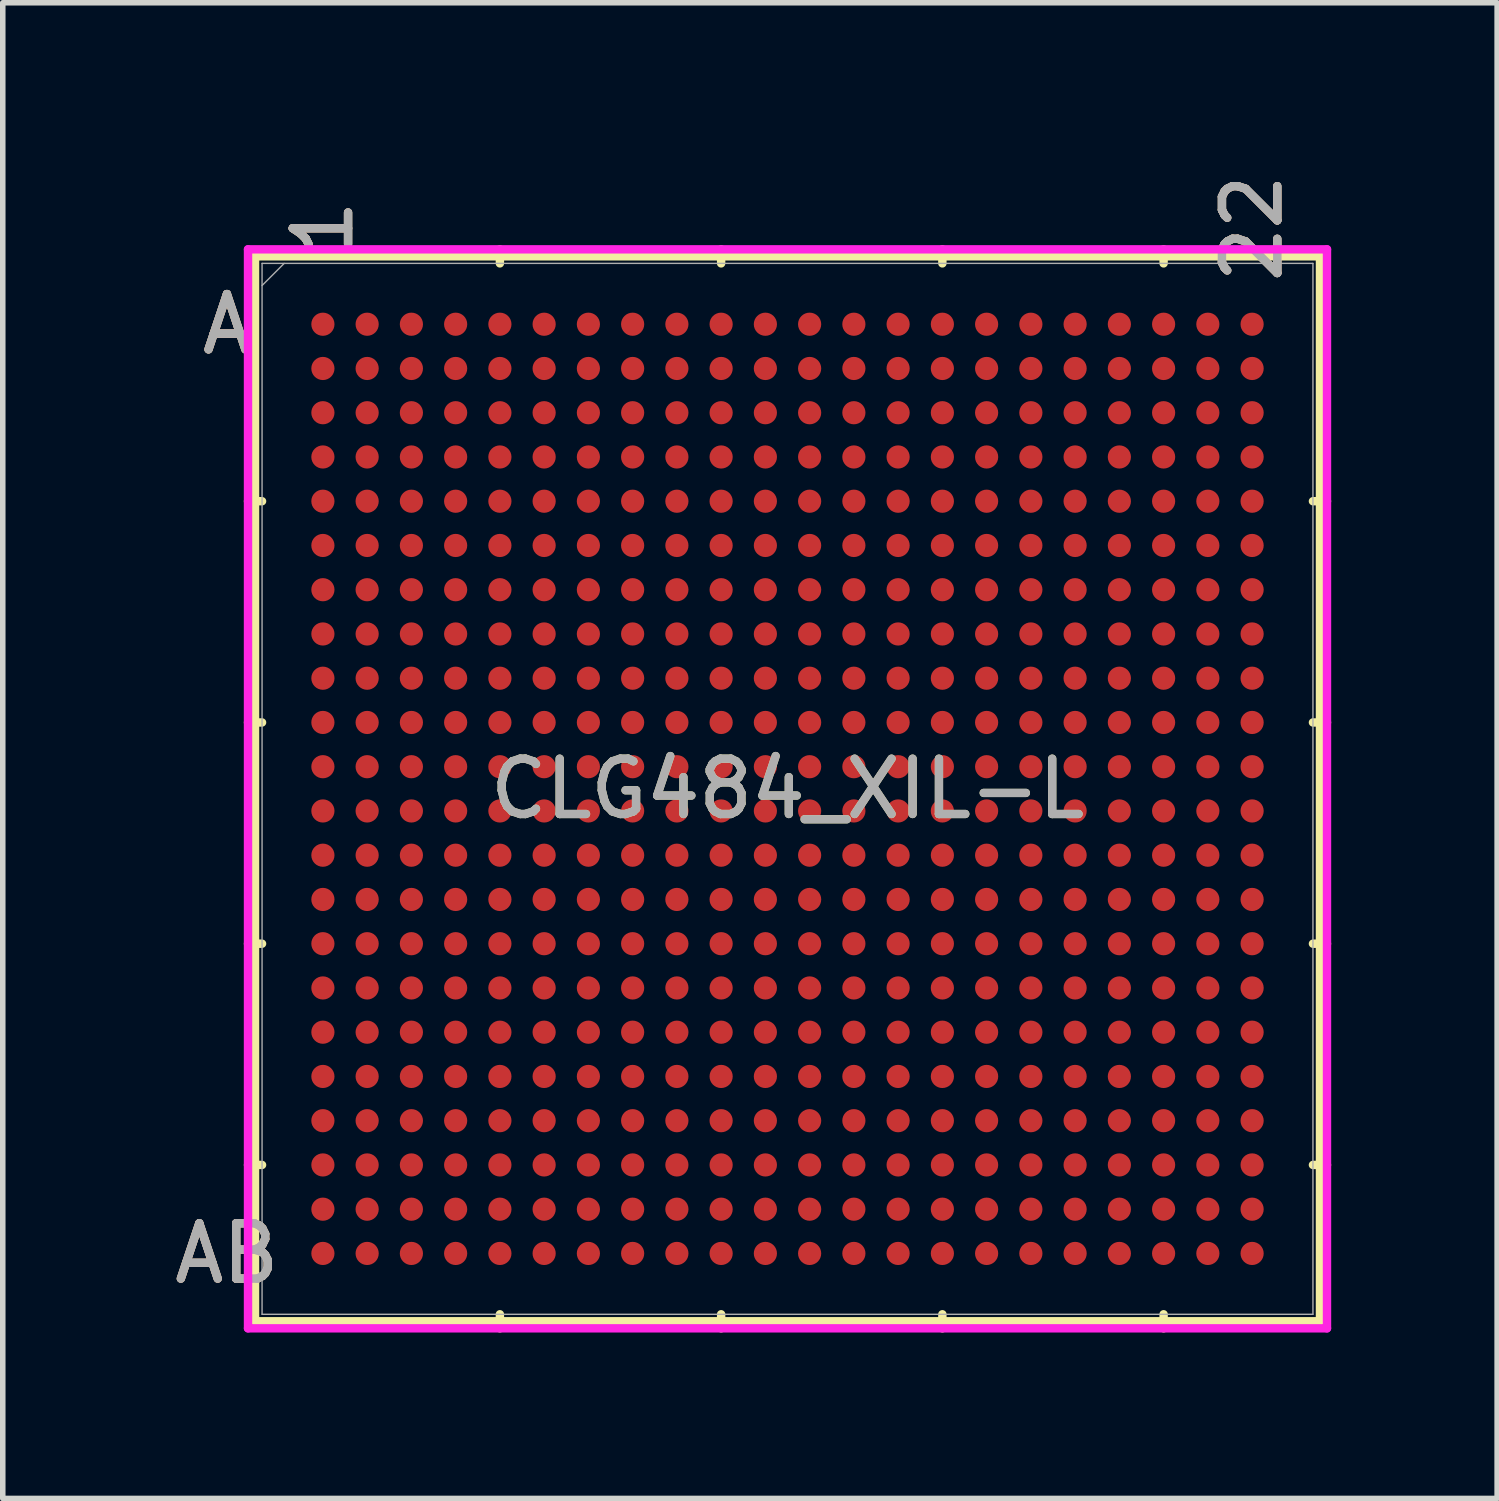
<source format=kicad_pcb>
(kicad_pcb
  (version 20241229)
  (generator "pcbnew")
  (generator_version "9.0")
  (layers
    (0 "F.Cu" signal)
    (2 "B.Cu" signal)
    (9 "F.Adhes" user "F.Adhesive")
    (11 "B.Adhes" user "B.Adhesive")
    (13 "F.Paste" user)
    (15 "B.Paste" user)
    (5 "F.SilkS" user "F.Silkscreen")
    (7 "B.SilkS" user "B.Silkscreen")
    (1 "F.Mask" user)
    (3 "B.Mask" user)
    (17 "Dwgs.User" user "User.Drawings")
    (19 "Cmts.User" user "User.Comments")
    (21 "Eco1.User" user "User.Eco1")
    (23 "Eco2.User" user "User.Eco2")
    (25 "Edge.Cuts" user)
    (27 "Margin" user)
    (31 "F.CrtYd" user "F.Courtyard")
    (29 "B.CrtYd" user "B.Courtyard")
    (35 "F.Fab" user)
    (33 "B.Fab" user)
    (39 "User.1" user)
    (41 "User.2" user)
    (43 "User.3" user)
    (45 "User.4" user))
  (footprint "CLG484_XIL-L"
    (layer "F.Cu")
    (at 11.188 11.212)
    (property "Reference" "CLG484_XIL-L" (at 0 0 0) (unlocked yes) (layer "F.SilkS") (effects (font (size 1 1) (thickness 0.15))))
    (attr smd)
    (fp_line (start -9.627 -9.627) (end -9.627 9.627) (stroke (width 0.152) (type solid)) (layer "F.SilkS"))
    (fp_line (start -9.627 9.627) (end 9.627 9.627) (stroke (width 0.152) (type solid)) (layer "F.SilkS"))
    (fp_line (start -9.5 -5.2) (end -9.754 -5.2) (stroke (width 0.152) (type solid)) (layer "F.SilkS"))
    (fp_line (start -9.5 -1.2) (end -9.754 -1.2) (stroke (width 0.152) (type solid)) (layer "F.SilkS"))
    (fp_line (start -9.5 2.8) (end -9.754 2.8) (stroke (width 0.152) (type solid)) (layer "F.SilkS"))
    (fp_line (start -9.5 6.8) (end -9.754 6.8) (stroke (width 0.152) (type solid)) (layer "F.SilkS"))
    (fp_line (start -5.2 -9.5) (end -5.2 -9.754) (stroke (width 0.152) (type solid)) (layer "F.SilkS"))
    (fp_line (start -5.2 9.5) (end -5.2 9.754) (stroke (width 0.152) (type solid)) (layer "F.SilkS"))
    (fp_line (start -1.2 -9.5) (end -1.2 -9.754) (stroke (width 0.152) (type solid)) (layer "F.SilkS"))
    (fp_line (start -1.2 9.5) (end -1.2 9.754) (stroke (width 0.152) (type solid)) (layer "F.SilkS"))
    (fp_line (start 2.8 -9.5) (end 2.8 -9.754) (stroke (width 0.152) (type solid)) (layer "F.SilkS"))
    (fp_line (start 2.8 9.5) (end 2.8 9.754) (stroke (width 0.152) (type solid)) (layer "F.SilkS"))
    (fp_line (start 6.8 -9.5) (end 6.8 -9.754) (stroke (width 0.152) (type solid)) (layer "F.SilkS"))
    (fp_line (start 6.8 9.5) (end 6.8 9.754) (stroke (width 0.152) (type solid)) (layer "F.SilkS"))
    (fp_line (start 9.5 -5.2) (end 9.754 -5.2) (stroke (width 0.152) (type solid)) (layer "F.SilkS"))
    (fp_line (start 9.5 -1.2) (end 9.754 -1.2) (stroke (width 0.152) (type solid)) (layer "F.SilkS"))
    (fp_line (start 9.5 2.8) (end 9.754 2.8) (stroke (width 0.152) (type solid)) (layer "F.SilkS"))
    (fp_line (start 9.5 6.8) (end 9.754 6.8) (stroke (width 0.152) (type solid)) (layer "F.SilkS"))
    (fp_line (start 9.627 -9.627) (end -9.627 -9.627) (stroke (width 0.152) (type solid)) (layer "F.SilkS"))
    (fp_line (start 9.627 9.627) (end 9.627 -9.627) (stroke (width 0.152) (type solid)) (layer "F.SilkS"))
    (fp_poly (pts (xy -9.244 -9.244) (xy 9.244 -9.244) (xy 9.244 9.244) (xy -9.244 9.244)) (stroke (width 0.1) (type solid)) (fill no) (layer "Eco2.User"))
    (fp_line (start -9.754 -9.754) (end 9.754 -9.754) (stroke (width 0.152) (type solid)) (layer "F.CrtYd"))
    (fp_line (start -9.754 9.754) (end -9.754 -9.754) (stroke (width 0.152) (type solid)) (layer "F.CrtYd"))
    (fp_line (start 9.754 -9.754) (end 9.754 9.754) (stroke (width 0.152) (type solid)) (layer "F.CrtYd"))
    (fp_line (start 9.754 9.754) (end -9.754 9.754) (stroke (width 0.152) (type solid)) (layer "F.CrtYd"))
    (fp_line (start -9.5 -9.5) (end -9.5 9.5) (stroke (width 0.025) (type solid)) (layer "F.Fab"))
    (fp_line (start -9.5 9.5) (end 9.5 9.5) (stroke (width 0.025) (type solid)) (layer "F.Fab"))
    (fp_line (start -9.1 -9.5) (end -9.5 -9.1) (stroke (width 0.025) (type solid)) (layer "F.Fab"))
    (fp_line (start 9.5 -9.5) (end -9.5 -9.5) (stroke (width 0.025) (type solid)) (layer "F.Fab"))
    (fp_line (start 9.5 9.5) (end 9.5 -9.5) (stroke (width 0.025) (type solid)) (layer "F.Fab"))
    (fp_text user "1" (at -8.4 -10.135 90) (unlocked yes) (layer "F.SilkS") (effects (font (size 1 1) (thickness 0.15))))
    (fp_text user "AB" (at -10.135 8.4 0) (unlocked yes) (layer "F.SilkS") (effects (font (size 1 1) (thickness 0.15))))
    (fp_text user "22" (at 8.4 -10.135 90) (unlocked yes) (layer "F.SilkS") (effects (font (size 1 1) (thickness 0.15))))
    (fp_text user "A" (at -10.135 -8.4 0) (unlocked yes) (layer "F.SilkS") (effects (font (size 1 1) (thickness 0.15))))
    (fp_text user "1" (at -8.4 -10.135 90) (unlocked yes) (layer "B.SilkS") (effects (font (size 1 1) (thickness 0.15))))
    (fp_text user "AB" (at -10.135 8.4 0) (unlocked yes) (layer "B.SilkS") (effects (font (size 1 1) (thickness 0.15))))
    (fp_text user "22" (at 8.4 -10.135 90) (unlocked yes) (layer "B.SilkS") (effects (font (size 1 1) (thickness 0.15))))
    (fp_text user "A" (at -10.135 -8.4 0) (unlocked yes) (layer "B.SilkS") (effects (font (size 1 1) (thickness 0.15))))
    (fp_text user "${REFERENCE}" (at 0 0 0) (unlocked yes) (layer "F.Fab") (effects (font (size 1 1) (thickness 0.15))))
    (fp_text user "AB" (at -10.135 8.4 0) (unlocked yes) (layer "F.Fab") (effects (font (size 1 1) (thickness 0.15))))
    (fp_text user "22" (at 8.4 -10.135 90) (unlocked yes) (layer "F.Fab") (effects (font (size 1 1) (thickness 0.15))))
    (fp_text user "1" (at -8.4 -10.135 90) (unlocked yes) (layer "F.Fab") (effects (font (size 1 1) (thickness 0.15))))
    (fp_text user "A" (at -10.135 -8.4 0) (unlocked yes) (layer "F.Fab") (effects (font (size 1 1) (thickness 0.15))))
    (pad "A1" smd circle (at -8.4 -8.4) (size 0.419 0.419) (layers "F.Cu" "F.Mask" "F.Paste"))
    (pad "A2" smd circle (at -7.6 -8.4) (size 0.419 0.419) (layers "F.Cu" "F.Mask" "F.Paste"))
    (pad "A3" smd circle (at -6.8 -8.4) (size 0.419 0.419) (layers "F.Cu" "F.Mask" "F.Paste"))
    (pad "A4" smd circle (at -6 -8.4) (size 0.419 0.419) (layers "F.Cu" "F.Mask" "F.Paste"))
    (pad "A5" smd circle (at -5.2 -8.4) (size 0.419 0.419) (layers "F.Cu" "F.Mask" "F.Paste"))
    (pad "A6" smd circle (at -4.4 -8.4) (size 0.419 0.419) (layers "F.Cu" "F.Mask" "F.Paste"))
    (pad "A7" smd circle (at -3.6 -8.4) (size 0.419 0.419) (layers "F.Cu" "F.Mask" "F.Paste"))
    (pad "A8" smd circle (at -2.8 -8.4) (size 0.419 0.419) (layers "F.Cu" "F.Mask" "F.Paste"))
    (pad "A9" smd circle (at -2 -8.4) (size 0.419 0.419) (layers "F.Cu" "F.Mask" "F.Paste"))
    (pad "A10" smd circle (at -1.2 -8.4) (size 0.419 0.419) (layers "F.Cu" "F.Mask" "F.Paste"))
    (pad "A11" smd circle (at -0.4 -8.4) (size 0.419 0.419) (layers "F.Cu" "F.Mask" "F.Paste"))
    (pad "A12" smd circle (at 0.4 -8.4) (size 0.419 0.419) (layers "F.Cu" "F.Mask" "F.Paste"))
    (pad "A13" smd circle (at 1.2 -8.4) (size 0.419 0.419) (layers "F.Cu" "F.Mask" "F.Paste"))
    (pad "A14" smd circle (at 2 -8.4) (size 0.419 0.419) (layers "F.Cu" "F.Mask" "F.Paste"))
    (pad "A15" smd circle (at 2.8 -8.4) (size 0.419 0.419) (layers "F.Cu" "F.Mask" "F.Paste"))
    (pad "A16" smd circle (at 3.6 -8.4) (size 0.419 0.419) (layers "F.Cu" "F.Mask" "F.Paste"))
    (pad "A17" smd circle (at 4.4 -8.4) (size 0.419 0.419) (layers "F.Cu" "F.Mask" "F.Paste"))
    (pad "A18" smd circle (at 5.2 -8.4) (size 0.419 0.419) (layers "F.Cu" "F.Mask" "F.Paste"))
    (pad "A19" smd circle (at 6 -8.4) (size 0.419 0.419) (layers "F.Cu" "F.Mask" "F.Paste"))
    (pad "A20" smd circle (at 6.8 -8.4) (size 0.419 0.419) (layers "F.Cu" "F.Mask" "F.Paste"))
    (pad "A21" smd circle (at 7.6 -8.4) (size 0.419 0.419) (layers "F.Cu" "F.Mask" "F.Paste"))
    (pad "A22" smd circle (at 8.4 -8.4) (size 0.419 0.419) (layers "F.Cu" "F.Mask" "F.Paste"))
    (pad "AA1" smd circle (at -8.4 7.6) (size 0.419 0.419) (layers "F.Cu" "F.Mask" "F.Paste"))
    (pad "AA2" smd circle (at -7.6 7.6) (size 0.419 0.419) (layers "F.Cu" "F.Mask" "F.Paste"))
    (pad "AA3" smd circle (at -6.8 7.6) (size 0.419 0.419) (layers "F.Cu" "F.Mask" "F.Paste"))
    (pad "AA4" smd circle (at -6 7.6) (size 0.419 0.419) (layers "F.Cu" "F.Mask" "F.Paste"))
    (pad "AA5" smd circle (at -5.2 7.6) (size 0.419 0.419) (layers "F.Cu" "F.Mask" "F.Paste"))
    (pad "AA6" smd circle (at -4.4 7.6) (size 0.419 0.419) (layers "F.Cu" "F.Mask" "F.Paste"))
    (pad "AA7" smd circle (at -3.6 7.6) (size 0.419 0.419) (layers "F.Cu" "F.Mask" "F.Paste"))
    (pad "AA8" smd circle (at -2.8 7.6) (size 0.419 0.419) (layers "F.Cu" "F.Mask" "F.Paste"))
    (pad "AA9" smd circle (at -2 7.6) (size 0.419 0.419) (layers "F.Cu" "F.Mask" "F.Paste"))
    (pad "AA10" smd circle (at -1.2 7.6) (size 0.419 0.419) (layers "F.Cu" "F.Mask" "F.Paste"))
    (pad "AA11" smd circle (at -0.4 7.6) (size 0.419 0.419) (layers "F.Cu" "F.Mask" "F.Paste"))
    (pad "AA12" smd circle (at 0.4 7.6) (size 0.419 0.419) (layers "F.Cu" "F.Mask" "F.Paste"))
    (pad "AA13" smd circle (at 1.2 7.6) (size 0.419 0.419) (layers "F.Cu" "F.Mask" "F.Paste"))
    (pad "AA14" smd circle (at 2 7.6) (size 0.419 0.419) (layers "F.Cu" "F.Mask" "F.Paste"))
    (pad "AA15" smd circle (at 2.8 7.6) (size 0.419 0.419) (layers "F.Cu" "F.Mask" "F.Paste"))
    (pad "AA16" smd circle (at 3.6 7.6) (size 0.419 0.419) (layers "F.Cu" "F.Mask" "F.Paste"))
    (pad "AA17" smd circle (at 4.4 7.6) (size 0.419 0.419) (layers "F.Cu" "F.Mask" "F.Paste"))
    (pad "AA18" smd circle (at 5.2 7.6) (size 0.419 0.419) (layers "F.Cu" "F.Mask" "F.Paste"))
    (pad "AA19" smd circle (at 6 7.6) (size 0.419 0.419) (layers "F.Cu" "F.Mask" "F.Paste"))
    (pad "AA20" smd circle (at 6.8 7.6) (size 0.419 0.419) (layers "F.Cu" "F.Mask" "F.Paste"))
    (pad "AA21" smd circle (at 7.6 7.6) (size 0.419 0.419) (layers "F.Cu" "F.Mask" "F.Paste"))
    (pad "AA22" smd circle (at 8.4 7.6) (size 0.419 0.419) (layers "F.Cu" "F.Mask" "F.Paste"))
    (pad "AB1" smd circle (at -8.4 8.4) (size 0.419 0.419) (layers "F.Cu" "F.Mask" "F.Paste"))
    (pad "AB2" smd circle (at -7.6 8.4) (size 0.419 0.419) (layers "F.Cu" "F.Mask" "F.Paste"))
    (pad "AB3" smd circle (at -6.8 8.4) (size 0.419 0.419) (layers "F.Cu" "F.Mask" "F.Paste"))
    (pad "AB4" smd circle (at -6 8.4) (size 0.419 0.419) (layers "F.Cu" "F.Mask" "F.Paste"))
    (pad "AB5" smd circle (at -5.2 8.4) (size 0.419 0.419) (layers "F.Cu" "F.Mask" "F.Paste"))
    (pad "AB6" smd circle (at -4.4 8.4) (size 0.419 0.419) (layers "F.Cu" "F.Mask" "F.Paste"))
    (pad "AB7" smd circle (at -3.6 8.4) (size 0.419 0.419) (layers "F.Cu" "F.Mask" "F.Paste"))
    (pad "AB8" smd circle (at -2.8 8.4) (size 0.419 0.419) (layers "F.Cu" "F.Mask" "F.Paste"))
    (pad "AB9" smd circle (at -2 8.4) (size 0.419 0.419) (layers "F.Cu" "F.Mask" "F.Paste"))
    (pad "AB10" smd circle (at -1.2 8.4) (size 0.419 0.419) (layers "F.Cu" "F.Mask" "F.Paste"))
    (pad "AB11" smd circle (at -0.4 8.4) (size 0.419 0.419) (layers "F.Cu" "F.Mask" "F.Paste"))
    (pad "AB12" smd circle (at 0.4 8.4) (size 0.419 0.419) (layers "F.Cu" "F.Mask" "F.Paste"))
    (pad "AB13" smd circle (at 1.2 8.4) (size 0.419 0.419) (layers "F.Cu" "F.Mask" "F.Paste"))
    (pad "AB14" smd circle (at 2 8.4) (size 0.419 0.419) (layers "F.Cu" "F.Mask" "F.Paste"))
    (pad "AB15" smd circle (at 2.8 8.4) (size 0.419 0.419) (layers "F.Cu" "F.Mask" "F.Paste"))
    (pad "AB16" smd circle (at 3.6 8.4) (size 0.419 0.419) (layers "F.Cu" "F.Mask" "F.Paste"))
    (pad "AB17" smd circle (at 4.4 8.4) (size 0.419 0.419) (layers "F.Cu" "F.Mask" "F.Paste"))
    (pad "AB18" smd circle (at 5.2 8.4) (size 0.419 0.419) (layers "F.Cu" "F.Mask" "F.Paste"))
    (pad "AB19" smd circle (at 6 8.4) (size 0.419 0.419) (layers "F.Cu" "F.Mask" "F.Paste"))
    (pad "AB20" smd circle (at 6.8 8.4) (size 0.419 0.419) (layers "F.Cu" "F.Mask" "F.Paste"))
    (pad "AB21" smd circle (at 7.6 8.4) (size 0.419 0.419) (layers "F.Cu" "F.Mask" "F.Paste"))
    (pad "AB22" smd circle (at 8.4 8.4) (size 0.419 0.419) (layers "F.Cu" "F.Mask" "F.Paste"))
    (pad "B1" smd circle (at -8.4 -7.6) (size 0.419 0.419) (layers "F.Cu" "F.Mask" "F.Paste"))
    (pad "B2" smd circle (at -7.6 -7.6) (size 0.419 0.419) (layers "F.Cu" "F.Mask" "F.Paste"))
    (pad "B3" smd circle (at -6.8 -7.6) (size 0.419 0.419) (layers "F.Cu" "F.Mask" "F.Paste"))
    (pad "B4" smd circle (at -6 -7.6) (size 0.419 0.419) (layers "F.Cu" "F.Mask" "F.Paste"))
    (pad "B5" smd circle (at -5.2 -7.6) (size 0.419 0.419) (layers "F.Cu" "F.Mask" "F.Paste"))
    (pad "B6" smd circle (at -4.4 -7.6) (size 0.419 0.419) (layers "F.Cu" "F.Mask" "F.Paste"))
    (pad "B7" smd circle (at -3.6 -7.6) (size 0.419 0.419) (layers "F.Cu" "F.Mask" "F.Paste"))
    (pad "B8" smd circle (at -2.8 -7.6) (size 0.419 0.419) (layers "F.Cu" "F.Mask" "F.Paste"))
    (pad "B9" smd circle (at -2 -7.6) (size 0.419 0.419) (layers "F.Cu" "F.Mask" "F.Paste"))
    (pad "B10" smd circle (at -1.2 -7.6) (size 0.419 0.419) (layers "F.Cu" "F.Mask" "F.Paste"))
    (pad "B11" smd circle (at -0.4 -7.6) (size 0.419 0.419) (layers "F.Cu" "F.Mask" "F.Paste"))
    (pad "B12" smd circle (at 0.4 -7.6) (size 0.419 0.419) (layers "F.Cu" "F.Mask" "F.Paste"))
    (pad "B13" smd circle (at 1.2 -7.6) (size 0.419 0.419) (layers "F.Cu" "F.Mask" "F.Paste"))
    (pad "B14" smd circle (at 2 -7.6) (size 0.419 0.419) (layers "F.Cu" "F.Mask" "F.Paste"))
    (pad "B15" smd circle (at 2.8 -7.6) (size 0.419 0.419) (layers "F.Cu" "F.Mask" "F.Paste"))
    (pad "B16" smd circle (at 3.6 -7.6) (size 0.419 0.419) (layers "F.Cu" "F.Mask" "F.Paste"))
    (pad "B17" smd circle (at 4.4 -7.6) (size 0.419 0.419) (layers "F.Cu" "F.Mask" "F.Paste"))
    (pad "B18" smd circle (at 5.2 -7.6) (size 0.419 0.419) (layers "F.Cu" "F.Mask" "F.Paste"))
    (pad "B19" smd circle (at 6 -7.6) (size 0.419 0.419) (layers "F.Cu" "F.Mask" "F.Paste"))
    (pad "B20" smd circle (at 6.8 -7.6) (size 0.419 0.419) (layers "F.Cu" "F.Mask" "F.Paste"))
    (pad "B21" smd circle (at 7.6 -7.6) (size 0.419 0.419) (layers "F.Cu" "F.Mask" "F.Paste"))
    (pad "B22" smd circle (at 8.4 -7.6) (size 0.419 0.419) (layers "F.Cu" "F.Mask" "F.Paste"))
    (pad "C1" smd circle (at -8.4 -6.8) (size 0.419 0.419) (layers "F.Cu" "F.Mask" "F.Paste"))
    (pad "C2" smd circle (at -7.6 -6.8) (size 0.419 0.419) (layers "F.Cu" "F.Mask" "F.Paste"))
    (pad "C3" smd circle (at -6.8 -6.8) (size 0.419 0.419) (layers "F.Cu" "F.Mask" "F.Paste"))
    (pad "C4" smd circle (at -6 -6.8) (size 0.419 0.419) (layers "F.Cu" "F.Mask" "F.Paste"))
    (pad "C5" smd circle (at -5.2 -6.8) (size 0.419 0.419) (layers "F.Cu" "F.Mask" "F.Paste"))
    (pad "C6" smd circle (at -4.4 -6.8) (size 0.419 0.419) (layers "F.Cu" "F.Mask" "F.Paste"))
    (pad "C7" smd circle (at -3.6 -6.8) (size 0.419 0.419) (layers "F.Cu" "F.Mask" "F.Paste"))
    (pad "C8" smd circle (at -2.8 -6.8) (size 0.419 0.419) (layers "F.Cu" "F.Mask" "F.Paste"))
    (pad "C9" smd circle (at -2 -6.8) (size 0.419 0.419) (layers "F.Cu" "F.Mask" "F.Paste"))
    (pad "C10" smd circle (at -1.2 -6.8) (size 0.419 0.419) (layers "F.Cu" "F.Mask" "F.Paste"))
    (pad "C11" smd circle (at -0.4 -6.8) (size 0.419 0.419) (layers "F.Cu" "F.Mask" "F.Paste"))
    (pad "C12" smd circle (at 0.4 -6.8) (size 0.419 0.419) (layers "F.Cu" "F.Mask" "F.Paste"))
    (pad "C13" smd circle (at 1.2 -6.8) (size 0.419 0.419) (layers "F.Cu" "F.Mask" "F.Paste"))
    (pad "C14" smd circle (at 2 -6.8) (size 0.419 0.419) (layers "F.Cu" "F.Mask" "F.Paste"))
    (pad "C15" smd circle (at 2.8 -6.8) (size 0.419 0.419) (layers "F.Cu" "F.Mask" "F.Paste"))
    (pad "C16" smd circle (at 3.6 -6.8) (size 0.419 0.419) (layers "F.Cu" "F.Mask" "F.Paste"))
    (pad "C17" smd circle (at 4.4 -6.8) (size 0.419 0.419) (layers "F.Cu" "F.Mask" "F.Paste"))
    (pad "C18" smd circle (at 5.2 -6.8) (size 0.419 0.419) (layers "F.Cu" "F.Mask" "F.Paste"))
    (pad "C19" smd circle (at 6 -6.8) (size 0.419 0.419) (layers "F.Cu" "F.Mask" "F.Paste"))
    (pad "C20" smd circle (at 6.8 -6.8) (size 0.419 0.419) (layers "F.Cu" "F.Mask" "F.Paste"))
    (pad "C21" smd circle (at 7.6 -6.8) (size 0.419 0.419) (layers "F.Cu" "F.Mask" "F.Paste"))
    (pad "C22" smd circle (at 8.4 -6.8) (size 0.419 0.419) (layers "F.Cu" "F.Mask" "F.Paste"))
    (pad "D1" smd circle (at -8.4 -6) (size 0.419 0.419) (layers "F.Cu" "F.Mask" "F.Paste"))
    (pad "D2" smd circle (at -7.6 -6) (size 0.419 0.419) (layers "F.Cu" "F.Mask" "F.Paste"))
    (pad "D3" smd circle (at -6.8 -6) (size 0.419 0.419) (layers "F.Cu" "F.Mask" "F.Paste"))
    (pad "D4" smd circle (at -6 -6) (size 0.419 0.419) (layers "F.Cu" "F.Mask" "F.Paste"))
    (pad "D5" smd circle (at -5.2 -6) (size 0.419 0.419) (layers "F.Cu" "F.Mask" "F.Paste"))
    (pad "D6" smd circle (at -4.4 -6) (size 0.419 0.419) (layers "F.Cu" "F.Mask" "F.Paste"))
    (pad "D7" smd circle (at -3.6 -6) (size 0.419 0.419) (layers "F.Cu" "F.Mask" "F.Paste"))
    (pad "D8" smd circle (at -2.8 -6) (size 0.419 0.419) (layers "F.Cu" "F.Mask" "F.Paste"))
    (pad "D9" smd circle (at -2 -6) (size 0.419 0.419) (layers "F.Cu" "F.Mask" "F.Paste"))
    (pad "D10" smd circle (at -1.2 -6) (size 0.419 0.419) (layers "F.Cu" "F.Mask" "F.Paste"))
    (pad "D11" smd circle (at -0.4 -6) (size 0.419 0.419) (layers "F.Cu" "F.Mask" "F.Paste"))
    (pad "D12" smd circle (at 0.4 -6) (size 0.419 0.419) (layers "F.Cu" "F.Mask" "F.Paste"))
    (pad "D13" smd circle (at 1.2 -6) (size 0.419 0.419) (layers "F.Cu" "F.Mask" "F.Paste"))
    (pad "D14" smd circle (at 2 -6) (size 0.419 0.419) (layers "F.Cu" "F.Mask" "F.Paste"))
    (pad "D15" smd circle (at 2.8 -6) (size 0.419 0.419) (layers "F.Cu" "F.Mask" "F.Paste"))
    (pad "D16" smd circle (at 3.6 -6) (size 0.419 0.419) (layers "F.Cu" "F.Mask" "F.Paste"))
    (pad "D17" smd circle (at 4.4 -6) (size 0.419 0.419) (layers "F.Cu" "F.Mask" "F.Paste"))
    (pad "D18" smd circle (at 5.2 -6) (size 0.419 0.419) (layers "F.Cu" "F.Mask" "F.Paste"))
    (pad "D19" smd circle (at 6 -6) (size 0.419 0.419) (layers "F.Cu" "F.Mask" "F.Paste"))
    (pad "D20" smd circle (at 6.8 -6) (size 0.419 0.419) (layers "F.Cu" "F.Mask" "F.Paste"))
    (pad "D21" smd circle (at 7.6 -6) (size 0.419 0.419) (layers "F.Cu" "F.Mask" "F.Paste"))
    (pad "D22" smd circle (at 8.4 -6) (size 0.419 0.419) (layers "F.Cu" "F.Mask" "F.Paste"))
    (pad "E1" smd circle (at -8.4 -5.2) (size 0.419 0.419) (layers "F.Cu" "F.Mask" "F.Paste"))
    (pad "E2" smd circle (at -7.6 -5.2) (size 0.419 0.419) (layers "F.Cu" "F.Mask" "F.Paste"))
    (pad "E3" smd circle (at -6.8 -5.2) (size 0.419 0.419) (layers "F.Cu" "F.Mask" "F.Paste"))
    (pad "E4" smd circle (at -6 -5.2) (size 0.419 0.419) (layers "F.Cu" "F.Mask" "F.Paste"))
    (pad "E5" smd circle (at -5.2 -5.2) (size 0.419 0.419) (layers "F.Cu" "F.Mask" "F.Paste"))
    (pad "E6" smd circle (at -4.4 -5.2) (size 0.419 0.419) (layers "F.Cu" "F.Mask" "F.Paste"))
    (pad "E7" smd circle (at -3.6 -5.2) (size 0.419 0.419) (layers "F.Cu" "F.Mask" "F.Paste"))
    (pad "E8" smd circle (at -2.8 -5.2) (size 0.419 0.419) (layers "F.Cu" "F.Mask" "F.Paste"))
    (pad "E9" smd circle (at -2 -5.2) (size 0.419 0.419) (layers "F.Cu" "F.Mask" "F.Paste"))
    (pad "E10" smd circle (at -1.2 -5.2) (size 0.419 0.419) (layers "F.Cu" "F.Mask" "F.Paste"))
    (pad "E11" smd circle (at -0.4 -5.2) (size 0.419 0.419) (layers "F.Cu" "F.Mask" "F.Paste"))
    (pad "E12" smd circle (at 0.4 -5.2) (size 0.419 0.419) (layers "F.Cu" "F.Mask" "F.Paste"))
    (pad "E13" smd circle (at 1.2 -5.2) (size 0.419 0.419) (layers "F.Cu" "F.Mask" "F.Paste"))
    (pad "E14" smd circle (at 2 -5.2) (size 0.419 0.419) (layers "F.Cu" "F.Mask" "F.Paste"))
    (pad "E15" smd circle (at 2.8 -5.2) (size 0.419 0.419) (layers "F.Cu" "F.Mask" "F.Paste"))
    (pad "E16" smd circle (at 3.6 -5.2) (size 0.419 0.419) (layers "F.Cu" "F.Mask" "F.Paste"))
    (pad "E17" smd circle (at 4.4 -5.2) (size 0.419 0.419) (layers "F.Cu" "F.Mask" "F.Paste"))
    (pad "E18" smd circle (at 5.2 -5.2) (size 0.419 0.419) (layers "F.Cu" "F.Mask" "F.Paste"))
    (pad "E19" smd circle (at 6 -5.2) (size 0.419 0.419) (layers "F.Cu" "F.Mask" "F.Paste"))
    (pad "E20" smd circle (at 6.8 -5.2) (size 0.419 0.419) (layers "F.Cu" "F.Mask" "F.Paste"))
    (pad "E21" smd circle (at 7.6 -5.2) (size 0.419 0.419) (layers "F.Cu" "F.Mask" "F.Paste"))
    (pad "E22" smd circle (at 8.4 -5.2) (size 0.419 0.419) (layers "F.Cu" "F.Mask" "F.Paste"))
    (pad "F1" smd circle (at -8.4 -4.4) (size 0.419 0.419) (layers "F.Cu" "F.Mask" "F.Paste"))
    (pad "F2" smd circle (at -7.6 -4.4) (size 0.419 0.419) (layers "F.Cu" "F.Mask" "F.Paste"))
    (pad "F3" smd circle (at -6.8 -4.4) (size 0.419 0.419) (layers "F.Cu" "F.Mask" "F.Paste"))
    (pad "F4" smd circle (at -6 -4.4) (size 0.419 0.419) (layers "F.Cu" "F.Mask" "F.Paste"))
    (pad "F5" smd circle (at -5.2 -4.4) (size 0.419 0.419) (layers "F.Cu" "F.Mask" "F.Paste"))
    (pad "F6" smd circle (at -4.4 -4.4) (size 0.419 0.419) (layers "F.Cu" "F.Mask" "F.Paste"))
    (pad "F7" smd circle (at -3.6 -4.4) (size 0.419 0.419) (layers "F.Cu" "F.Mask" "F.Paste"))
    (pad "F8" smd circle (at -2.8 -4.4) (size 0.419 0.419) (layers "F.Cu" "F.Mask" "F.Paste"))
    (pad "F9" smd circle (at -2 -4.4) (size 0.419 0.419) (layers "F.Cu" "F.Mask" "F.Paste"))
    (pad "F10" smd circle (at -1.2 -4.4) (size 0.419 0.419) (layers "F.Cu" "F.Mask" "F.Paste"))
    (pad "F11" smd circle (at -0.4 -4.4) (size 0.419 0.419) (layers "F.Cu" "F.Mask" "F.Paste"))
    (pad "F12" smd circle (at 0.4 -4.4) (size 0.419 0.419) (layers "F.Cu" "F.Mask" "F.Paste"))
    (pad "F13" smd circle (at 1.2 -4.4) (size 0.419 0.419) (layers "F.Cu" "F.Mask" "F.Paste"))
    (pad "F14" smd circle (at 2 -4.4) (size 0.419 0.419) (layers "F.Cu" "F.Mask" "F.Paste"))
    (pad "F15" smd circle (at 2.8 -4.4) (size 0.419 0.419) (layers "F.Cu" "F.Mask" "F.Paste"))
    (pad "F16" smd circle (at 3.6 -4.4) (size 0.419 0.419) (layers "F.Cu" "F.Mask" "F.Paste"))
    (pad "F17" smd circle (at 4.4 -4.4) (size 0.419 0.419) (layers "F.Cu" "F.Mask" "F.Paste"))
    (pad "F18" smd circle (at 5.2 -4.4) (size 0.419 0.419) (layers "F.Cu" "F.Mask" "F.Paste"))
    (pad "F19" smd circle (at 6 -4.4) (size 0.419 0.419) (layers "F.Cu" "F.Mask" "F.Paste"))
    (pad "F20" smd circle (at 6.8 -4.4) (size 0.419 0.419) (layers "F.Cu" "F.Mask" "F.Paste"))
    (pad "F21" smd circle (at 7.6 -4.4) (size 0.419 0.419) (layers "F.Cu" "F.Mask" "F.Paste"))
    (pad "F22" smd circle (at 8.4 -4.4) (size 0.419 0.419) (layers "F.Cu" "F.Mask" "F.Paste"))
    (pad "G1" smd circle (at -8.4 -3.6) (size 0.419 0.419) (layers "F.Cu" "F.Mask" "F.Paste"))
    (pad "G2" smd circle (at -7.6 -3.6) (size 0.419 0.419) (layers "F.Cu" "F.Mask" "F.Paste"))
    (pad "G3" smd circle (at -6.8 -3.6) (size 0.419 0.419) (layers "F.Cu" "F.Mask" "F.Paste"))
    (pad "G4" smd circle (at -6 -3.6) (size 0.419 0.419) (layers "F.Cu" "F.Mask" "F.Paste"))
    (pad "G5" smd circle (at -5.2 -3.6) (size 0.419 0.419) (layers "F.Cu" "F.Mask" "F.Paste"))
    (pad "G6" smd circle (at -4.4 -3.6) (size 0.419 0.419) (layers "F.Cu" "F.Mask" "F.Paste"))
    (pad "G7" smd circle (at -3.6 -3.6) (size 0.419 0.419) (layers "F.Cu" "F.Mask" "F.Paste"))
    (pad "G8" smd circle (at -2.8 -3.6) (size 0.419 0.419) (layers "F.Cu" "F.Mask" "F.Paste"))
    (pad "G9" smd circle (at -2 -3.6) (size 0.419 0.419) (layers "F.Cu" "F.Mask" "F.Paste"))
    (pad "G10" smd circle (at -1.2 -3.6) (size 0.419 0.419) (layers "F.Cu" "F.Mask" "F.Paste"))
    (pad "G11" smd circle (at -0.4 -3.6) (size 0.419 0.419) (layers "F.Cu" "F.Mask" "F.Paste"))
    (pad "G12" smd circle (at 0.4 -3.6) (size 0.419 0.419) (layers "F.Cu" "F.Mask" "F.Paste"))
    (pad "G13" smd circle (at 1.2 -3.6) (size 0.419 0.419) (layers "F.Cu" "F.Mask" "F.Paste"))
    (pad "G14" smd circle (at 2 -3.6) (size 0.419 0.419) (layers "F.Cu" "F.Mask" "F.Paste"))
    (pad "G15" smd circle (at 2.8 -3.6) (size 0.419 0.419) (layers "F.Cu" "F.Mask" "F.Paste"))
    (pad "G16" smd circle (at 3.6 -3.6) (size 0.419 0.419) (layers "F.Cu" "F.Mask" "F.Paste"))
    (pad "G17" smd circle (at 4.4 -3.6) (size 0.419 0.419) (layers "F.Cu" "F.Mask" "F.Paste"))
    (pad "G18" smd circle (at 5.2 -3.6) (size 0.419 0.419) (layers "F.Cu" "F.Mask" "F.Paste"))
    (pad "G19" smd circle (at 6 -3.6) (size 0.419 0.419) (layers "F.Cu" "F.Mask" "F.Paste"))
    (pad "G20" smd circle (at 6.8 -3.6) (size 0.419 0.419) (layers "F.Cu" "F.Mask" "F.Paste"))
    (pad "G21" smd circle (at 7.6 -3.6) (size 0.419 0.419) (layers "F.Cu" "F.Mask" "F.Paste"))
    (pad "G22" smd circle (at 8.4 -3.6) (size 0.419 0.419) (layers "F.Cu" "F.Mask" "F.Paste"))
    (pad "H1" smd circle (at -8.4 -2.8) (size 0.419 0.419) (layers "F.Cu" "F.Mask" "F.Paste"))
    (pad "H2" smd circle (at -7.6 -2.8) (size 0.419 0.419) (layers "F.Cu" "F.Mask" "F.Paste"))
    (pad "H3" smd circle (at -6.8 -2.8) (size 0.419 0.419) (layers "F.Cu" "F.Mask" "F.Paste"))
    (pad "H4" smd circle (at -6 -2.8) (size 0.419 0.419) (layers "F.Cu" "F.Mask" "F.Paste"))
    (pad "H5" smd circle (at -5.2 -2.8) (size 0.419 0.419) (layers "F.Cu" "F.Mask" "F.Paste"))
    (pad "H6" smd circle (at -4.4 -2.8) (size 0.419 0.419) (layers "F.Cu" "F.Mask" "F.Paste"))
    (pad "H7" smd circle (at -3.6 -2.8) (size 0.419 0.419) (layers "F.Cu" "F.Mask" "F.Paste"))
    (pad "H8" smd circle (at -2.8 -2.8) (size 0.419 0.419) (layers "F.Cu" "F.Mask" "F.Paste"))
    (pad "H9" smd circle (at -2 -2.8) (size 0.419 0.419) (layers "F.Cu" "F.Mask" "F.Paste"))
    (pad "H10" smd circle (at -1.2 -2.8) (size 0.419 0.419) (layers "F.Cu" "F.Mask" "F.Paste"))
    (pad "H11" smd circle (at -0.4 -2.8) (size 0.419 0.419) (layers "F.Cu" "F.Mask" "F.Paste"))
    (pad "H12" smd circle (at 0.4 -2.8) (size 0.419 0.419) (layers "F.Cu" "F.Mask" "F.Paste"))
    (pad "H13" smd circle (at 1.2 -2.8) (size 0.419 0.419) (layers "F.Cu" "F.Mask" "F.Paste"))
    (pad "H14" smd circle (at 2 -2.8) (size 0.419 0.419) (layers "F.Cu" "F.Mask" "F.Paste"))
    (pad "H15" smd circle (at 2.8 -2.8) (size 0.419 0.419) (layers "F.Cu" "F.Mask" "F.Paste"))
    (pad "H16" smd circle (at 3.6 -2.8) (size 0.419 0.419) (layers "F.Cu" "F.Mask" "F.Paste"))
    (pad "H17" smd circle (at 4.4 -2.8) (size 0.419 0.419) (layers "F.Cu" "F.Mask" "F.Paste"))
    (pad "H18" smd circle (at 5.2 -2.8) (size 0.419 0.419) (layers "F.Cu" "F.Mask" "F.Paste"))
    (pad "H19" smd circle (at 6 -2.8) (size 0.419 0.419) (layers "F.Cu" "F.Mask" "F.Paste"))
    (pad "H20" smd circle (at 6.8 -2.8) (size 0.419 0.419) (layers "F.Cu" "F.Mask" "F.Paste"))
    (pad "H21" smd circle (at 7.6 -2.8) (size 0.419 0.419) (layers "F.Cu" "F.Mask" "F.Paste"))
    (pad "H22" smd circle (at 8.4 -2.8) (size 0.419 0.419) (layers "F.Cu" "F.Mask" "F.Paste"))
    (pad "J1" smd circle (at -8.4 -2) (size 0.419 0.419) (layers "F.Cu" "F.Mask" "F.Paste"))
    (pad "J2" smd circle (at -7.6 -2) (size 0.419 0.419) (layers "F.Cu" "F.Mask" "F.Paste"))
    (pad "J3" smd circle (at -6.8 -2) (size 0.419 0.419) (layers "F.Cu" "F.Mask" "F.Paste"))
    (pad "J4" smd circle (at -6 -2) (size 0.419 0.419) (layers "F.Cu" "F.Mask" "F.Paste"))
    (pad "J5" smd circle (at -5.2 -2) (size 0.419 0.419) (layers "F.Cu" "F.Mask" "F.Paste"))
    (pad "J6" smd circle (at -4.4 -2) (size 0.419 0.419) (layers "F.Cu" "F.Mask" "F.Paste"))
    (pad "J7" smd circle (at -3.6 -2) (size 0.419 0.419) (layers "F.Cu" "F.Mask" "F.Paste"))
    (pad "J8" smd circle (at -2.8 -2) (size 0.419 0.419) (layers "F.Cu" "F.Mask" "F.Paste"))
    (pad "J9" smd circle (at -2 -2) (size 0.419 0.419) (layers "F.Cu" "F.Mask" "F.Paste"))
    (pad "J10" smd circle (at -1.2 -2) (size 0.419 0.419) (layers "F.Cu" "F.Mask" "F.Paste"))
    (pad "J11" smd circle (at -0.4 -2) (size 0.419 0.419) (layers "F.Cu" "F.Mask" "F.Paste"))
    (pad "J12" smd circle (at 0.4 -2) (size 0.419 0.419) (layers "F.Cu" "F.Mask" "F.Paste"))
    (pad "J13" smd circle (at 1.2 -2) (size 0.419 0.419) (layers "F.Cu" "F.Mask" "F.Paste"))
    (pad "J14" smd circle (at 2 -2) (size 0.419 0.419) (layers "F.Cu" "F.Mask" "F.Paste"))
    (pad "J15" smd circle (at 2.8 -2) (size 0.419 0.419) (layers "F.Cu" "F.Mask" "F.Paste"))
    (pad "J16" smd circle (at 3.6 -2) (size 0.419 0.419) (layers "F.Cu" "F.Mask" "F.Paste"))
    (pad "J17" smd circle (at 4.4 -2) (size 0.419 0.419) (layers "F.Cu" "F.Mask" "F.Paste"))
    (pad "J18" smd circle (at 5.2 -2) (size 0.419 0.419) (layers "F.Cu" "F.Mask" "F.Paste"))
    (pad "J19" smd circle (at 6 -2) (size 0.419 0.419) (layers "F.Cu" "F.Mask" "F.Paste"))
    (pad "J20" smd circle (at 6.8 -2) (size 0.419 0.419) (layers "F.Cu" "F.Mask" "F.Paste"))
    (pad "J21" smd circle (at 7.6 -2) (size 0.419 0.419) (layers "F.Cu" "F.Mask" "F.Paste"))
    (pad "J22" smd circle (at 8.4 -2) (size 0.419 0.419) (layers "F.Cu" "F.Mask" "F.Paste"))
    (pad "K1" smd circle (at -8.4 -1.2) (size 0.419 0.419) (layers "F.Cu" "F.Mask" "F.Paste"))
    (pad "K2" smd circle (at -7.6 -1.2) (size 0.419 0.419) (layers "F.Cu" "F.Mask" "F.Paste"))
    (pad "K3" smd circle (at -6.8 -1.2) (size 0.419 0.419) (layers "F.Cu" "F.Mask" "F.Paste"))
    (pad "K4" smd circle (at -6 -1.2) (size 0.419 0.419) (layers "F.Cu" "F.Mask" "F.Paste"))
    (pad "K5" smd circle (at -5.2 -1.2) (size 0.419 0.419) (layers "F.Cu" "F.Mask" "F.Paste"))
    (pad "K6" smd circle (at -4.4 -1.2) (size 0.419 0.419) (layers "F.Cu" "F.Mask" "F.Paste"))
    (pad "K7" smd circle (at -3.6 -1.2) (size 0.419 0.419) (layers "F.Cu" "F.Mask" "F.Paste"))
    (pad "K8" smd circle (at -2.8 -1.2) (size 0.419 0.419) (layers "F.Cu" "F.Mask" "F.Paste"))
    (pad "K9" smd circle (at -2 -1.2) (size 0.419 0.419) (layers "F.Cu" "F.Mask" "F.Paste"))
    (pad "K10" smd circle (at -1.2 -1.2) (size 0.419 0.419) (layers "F.Cu" "F.Mask" "F.Paste"))
    (pad "K11" smd circle (at -0.4 -1.2) (size 0.419 0.419) (layers "F.Cu" "F.Mask" "F.Paste"))
    (pad "K12" smd circle (at 0.4 -1.2) (size 0.419 0.419) (layers "F.Cu" "F.Mask" "F.Paste"))
    (pad "K13" smd circle (at 1.2 -1.2) (size 0.419 0.419) (layers "F.Cu" "F.Mask" "F.Paste"))
    (pad "K14" smd circle (at 2 -1.2) (size 0.419 0.419) (layers "F.Cu" "F.Mask" "F.Paste"))
    (pad "K15" smd circle (at 2.8 -1.2) (size 0.419 0.419) (layers "F.Cu" "F.Mask" "F.Paste"))
    (pad "K16" smd circle (at 3.6 -1.2) (size 0.419 0.419) (layers "F.Cu" "F.Mask" "F.Paste"))
    (pad "K17" smd circle (at 4.4 -1.2) (size 0.419 0.419) (layers "F.Cu" "F.Mask" "F.Paste"))
    (pad "K18" smd circle (at 5.2 -1.2) (size 0.419 0.419) (layers "F.Cu" "F.Mask" "F.Paste"))
    (pad "K19" smd circle (at 6 -1.2) (size 0.419 0.419) (layers "F.Cu" "F.Mask" "F.Paste"))
    (pad "K20" smd circle (at 6.8 -1.2) (size 0.419 0.419) (layers "F.Cu" "F.Mask" "F.Paste"))
    (pad "K21" smd circle (at 7.6 -1.2) (size 0.419 0.419) (layers "F.Cu" "F.Mask" "F.Paste"))
    (pad "K22" smd circle (at 8.4 -1.2) (size 0.419 0.419) (layers "F.Cu" "F.Mask" "F.Paste"))
    (pad "L1" smd circle (at -8.4 -0.4) (size 0.419 0.419) (layers "F.Cu" "F.Mask" "F.Paste"))
    (pad "L2" smd circle (at -7.6 -0.4) (size 0.419 0.419) (layers "F.Cu" "F.Mask" "F.Paste"))
    (pad "L3" smd circle (at -6.8 -0.4) (size 0.419 0.419) (layers "F.Cu" "F.Mask" "F.Paste"))
    (pad "L4" smd circle (at -6 -0.4) (size 0.419 0.419) (layers "F.Cu" "F.Mask" "F.Paste"))
    (pad "L5" smd circle (at -5.2 -0.4) (size 0.419 0.419) (layers "F.Cu" "F.Mask" "F.Paste"))
    (pad "L6" smd circle (at -4.4 -0.4) (size 0.419 0.419) (layers "F.Cu" "F.Mask" "F.Paste"))
    (pad "L7" smd circle (at -3.6 -0.4) (size 0.419 0.419) (layers "F.Cu" "F.Mask" "F.Paste"))
    (pad "L8" smd circle (at -2.8 -0.4) (size 0.419 0.419) (layers "F.Cu" "F.Mask" "F.Paste"))
    (pad "L9" smd circle (at -2 -0.4) (size 0.419 0.419) (layers "F.Cu" "F.Mask" "F.Paste"))
    (pad "L10" smd circle (at -1.2 -0.4) (size 0.419 0.419) (layers "F.Cu" "F.Mask" "F.Paste"))
    (pad "L11" smd circle (at -0.4 -0.4) (size 0.419 0.419) (layers "F.Cu" "F.Mask" "F.Paste"))
    (pad "L12" smd circle (at 0.4 -0.4) (size 0.419 0.419) (layers "F.Cu" "F.Mask" "F.Paste"))
    (pad "L13" smd circle (at 1.2 -0.4) (size 0.419 0.419) (layers "F.Cu" "F.Mask" "F.Paste"))
    (pad "L14" smd circle (at 2 -0.4) (size 0.419 0.419) (layers "F.Cu" "F.Mask" "F.Paste"))
    (pad "L15" smd circle (at 2.8 -0.4) (size 0.419 0.419) (layers "F.Cu" "F.Mask" "F.Paste"))
    (pad "L16" smd circle (at 3.6 -0.4) (size 0.419 0.419) (layers "F.Cu" "F.Mask" "F.Paste"))
    (pad "L17" smd circle (at 4.4 -0.4) (size 0.419 0.419) (layers "F.Cu" "F.Mask" "F.Paste"))
    (pad "L18" smd circle (at 5.2 -0.4) (size 0.419 0.419) (layers "F.Cu" "F.Mask" "F.Paste"))
    (pad "L19" smd circle (at 6 -0.4) (size 0.419 0.419) (layers "F.Cu" "F.Mask" "F.Paste"))
    (pad "L20" smd circle (at 6.8 -0.4) (size 0.419 0.419) (layers "F.Cu" "F.Mask" "F.Paste"))
    (pad "L21" smd circle (at 7.6 -0.4) (size 0.419 0.419) (layers "F.Cu" "F.Mask" "F.Paste"))
    (pad "L22" smd circle (at 8.4 -0.4) (size 0.419 0.419) (layers "F.Cu" "F.Mask" "F.Paste"))
    (pad "M1" smd circle (at -8.4 0.4) (size 0.419 0.419) (layers "F.Cu" "F.Mask" "F.Paste"))
    (pad "M2" smd circle (at -7.6 0.4) (size 0.419 0.419) (layers "F.Cu" "F.Mask" "F.Paste"))
    (pad "M3" smd circle (at -6.8 0.4) (size 0.419 0.419) (layers "F.Cu" "F.Mask" "F.Paste"))
    (pad "M4" smd circle (at -6 0.4) (size 0.419 0.419) (layers "F.Cu" "F.Mask" "F.Paste"))
    (pad "M5" smd circle (at -5.2 0.4) (size 0.419 0.419) (layers "F.Cu" "F.Mask" "F.Paste"))
    (pad "M6" smd circle (at -4.4 0.4) (size 0.419 0.419) (layers "F.Cu" "F.Mask" "F.Paste"))
    (pad "M7" smd circle (at -3.6 0.4) (size 0.419 0.419) (layers "F.Cu" "F.Mask" "F.Paste"))
    (pad "M8" smd circle (at -2.8 0.4) (size 0.419 0.419) (layers "F.Cu" "F.Mask" "F.Paste"))
    (pad "M9" smd circle (at -2 0.4) (size 0.419 0.419) (layers "F.Cu" "F.Mask" "F.Paste"))
    (pad "M10" smd circle (at -1.2 0.4) (size 0.419 0.419) (layers "F.Cu" "F.Mask" "F.Paste"))
    (pad "M11" smd circle (at -0.4 0.4) (size 0.419 0.419) (layers "F.Cu" "F.Mask" "F.Paste"))
    (pad "M12" smd circle (at 0.4 0.4) (size 0.419 0.419) (layers "F.Cu" "F.Mask" "F.Paste"))
    (pad "M13" smd circle (at 1.2 0.4) (size 0.419 0.419) (layers "F.Cu" "F.Mask" "F.Paste"))
    (pad "M14" smd circle (at 2 0.4) (size 0.419 0.419) (layers "F.Cu" "F.Mask" "F.Paste"))
    (pad "M15" smd circle (at 2.8 0.4) (size 0.419 0.419) (layers "F.Cu" "F.Mask" "F.Paste"))
    (pad "M16" smd circle (at 3.6 0.4) (size 0.419 0.419) (layers "F.Cu" "F.Mask" "F.Paste"))
    (pad "M17" smd circle (at 4.4 0.4) (size 0.419 0.419) (layers "F.Cu" "F.Mask" "F.Paste"))
    (pad "M18" smd circle (at 5.2 0.4) (size 0.419 0.419) (layers "F.Cu" "F.Mask" "F.Paste"))
    (pad "M19" smd circle (at 6 0.4) (size 0.419 0.419) (layers "F.Cu" "F.Mask" "F.Paste"))
    (pad "M20" smd circle (at 6.8 0.4) (size 0.419 0.419) (layers "F.Cu" "F.Mask" "F.Paste"))
    (pad "M21" smd circle (at 7.6 0.4) (size 0.419 0.419) (layers "F.Cu" "F.Mask" "F.Paste"))
    (pad "M22" smd circle (at 8.4 0.4) (size 0.419 0.419) (layers "F.Cu" "F.Mask" "F.Paste"))
    (pad "N1" smd circle (at -8.4 1.2) (size 0.419 0.419) (layers "F.Cu" "F.Mask" "F.Paste"))
    (pad "N2" smd circle (at -7.6 1.2) (size 0.419 0.419) (layers "F.Cu" "F.Mask" "F.Paste"))
    (pad "N3" smd circle (at -6.8 1.2) (size 0.419 0.419) (layers "F.Cu" "F.Mask" "F.Paste"))
    (pad "N4" smd circle (at -6 1.2) (size 0.419 0.419) (layers "F.Cu" "F.Mask" "F.Paste"))
    (pad "N5" smd circle (at -5.2 1.2) (size 0.419 0.419) (layers "F.Cu" "F.Mask" "F.Paste"))
    (pad "N6" smd circle (at -4.4 1.2) (size 0.419 0.419) (layers "F.Cu" "F.Mask" "F.Paste"))
    (pad "N7" smd circle (at -3.6 1.2) (size 0.419 0.419) (layers "F.Cu" "F.Mask" "F.Paste"))
    (pad "N8" smd circle (at -2.8 1.2) (size 0.419 0.419) (layers "F.Cu" "F.Mask" "F.Paste"))
    (pad "N9" smd circle (at -2 1.2) (size 0.419 0.419) (layers "F.Cu" "F.Mask" "F.Paste"))
    (pad "N10" smd circle (at -1.2 1.2) (size 0.419 0.419) (layers "F.Cu" "F.Mask" "F.Paste"))
    (pad "N11" smd circle (at -0.4 1.2) (size 0.419 0.419) (layers "F.Cu" "F.Mask" "F.Paste"))
    (pad "N12" smd circle (at 0.4 1.2) (size 0.419 0.419) (layers "F.Cu" "F.Mask" "F.Paste"))
    (pad "N13" smd circle (at 1.2 1.2) (size 0.419 0.419) (layers "F.Cu" "F.Mask" "F.Paste"))
    (pad "N14" smd circle (at 2 1.2) (size 0.419 0.419) (layers "F.Cu" "F.Mask" "F.Paste"))
    (pad "N15" smd circle (at 2.8 1.2) (size 0.419 0.419) (layers "F.Cu" "F.Mask" "F.Paste"))
    (pad "N16" smd circle (at 3.6 1.2) (size 0.419 0.419) (layers "F.Cu" "F.Mask" "F.Paste"))
    (pad "N17" smd circle (at 4.4 1.2) (size 0.419 0.419) (layers "F.Cu" "F.Mask" "F.Paste"))
    (pad "N18" smd circle (at 5.2 1.2) (size 0.419 0.419) (layers "F.Cu" "F.Mask" "F.Paste"))
    (pad "N19" smd circle (at 6 1.2) (size 0.419 0.419) (layers "F.Cu" "F.Mask" "F.Paste"))
    (pad "N20" smd circle (at 6.8 1.2) (size 0.419 0.419) (layers "F.Cu" "F.Mask" "F.Paste"))
    (pad "N21" smd circle (at 7.6 1.2) (size 0.419 0.419) (layers "F.Cu" "F.Mask" "F.Paste"))
    (pad "N22" smd circle (at 8.4 1.2) (size 0.419 0.419) (layers "F.Cu" "F.Mask" "F.Paste"))
    (pad "P1" smd circle (at -8.4 2) (size 0.419 0.419) (layers "F.Cu" "F.Mask" "F.Paste"))
    (pad "P2" smd circle (at -7.6 2) (size 0.419 0.419) (layers "F.Cu" "F.Mask" "F.Paste"))
    (pad "P3" smd circle (at -6.8 2) (size 0.419 0.419) (layers "F.Cu" "F.Mask" "F.Paste"))
    (pad "P4" smd circle (at -6 2) (size 0.419 0.419) (layers "F.Cu" "F.Mask" "F.Paste"))
    (pad "P5" smd circle (at -5.2 2) (size 0.419 0.419) (layers "F.Cu" "F.Mask" "F.Paste"))
    (pad "P6" smd circle (at -4.4 2) (size 0.419 0.419) (layers "F.Cu" "F.Mask" "F.Paste"))
    (pad "P7" smd circle (at -3.6 2) (size 0.419 0.419) (layers "F.Cu" "F.Mask" "F.Paste"))
    (pad "P8" smd circle (at -2.8 2) (size 0.419 0.419) (layers "F.Cu" "F.Mask" "F.Paste"))
    (pad "P9" smd circle (at -2 2) (size 0.419 0.419) (layers "F.Cu" "F.Mask" "F.Paste"))
    (pad "P10" smd circle (at -1.2 2) (size 0.419 0.419) (layers "F.Cu" "F.Mask" "F.Paste"))
    (pad "P11" smd circle (at -0.4 2) (size 0.419 0.419) (layers "F.Cu" "F.Mask" "F.Paste"))
    (pad "P12" smd circle (at 0.4 2) (size 0.419 0.419) (layers "F.Cu" "F.Mask" "F.Paste"))
    (pad "P13" smd circle (at 1.2 2) (size 0.419 0.419) (layers "F.Cu" "F.Mask" "F.Paste"))
    (pad "P14" smd circle (at 2 2) (size 0.419 0.419) (layers "F.Cu" "F.Mask" "F.Paste"))
    (pad "P15" smd circle (at 2.8 2) (size 0.419 0.419) (layers "F.Cu" "F.Mask" "F.Paste"))
    (pad "P16" smd circle (at 3.6 2) (size 0.419 0.419) (layers "F.Cu" "F.Mask" "F.Paste"))
    (pad "P17" smd circle (at 4.4 2) (size 0.419 0.419) (layers "F.Cu" "F.Mask" "F.Paste"))
    (pad "P18" smd circle (at 5.2 2) (size 0.419 0.419) (layers "F.Cu" "F.Mask" "F.Paste"))
    (pad "P19" smd circle (at 6 2) (size 0.419 0.419) (layers "F.Cu" "F.Mask" "F.Paste"))
    (pad "P20" smd circle (at 6.8 2) (size 0.419 0.419) (layers "F.Cu" "F.Mask" "F.Paste"))
    (pad "P21" smd circle (at 7.6 2) (size 0.419 0.419) (layers "F.Cu" "F.Mask" "F.Paste"))
    (pad "P22" smd circle (at 8.4 2) (size 0.419 0.419) (layers "F.Cu" "F.Mask" "F.Paste"))
    (pad "R1" smd circle (at -8.4 2.8) (size 0.419 0.419) (layers "F.Cu" "F.Mask" "F.Paste"))
    (pad "R2" smd circle (at -7.6 2.8) (size 0.419 0.419) (layers "F.Cu" "F.Mask" "F.Paste"))
    (pad "R3" smd circle (at -6.8 2.8) (size 0.419 0.419) (layers "F.Cu" "F.Mask" "F.Paste"))
    (pad "R4" smd circle (at -6 2.8) (size 0.419 0.419) (layers "F.Cu" "F.Mask" "F.Paste"))
    (pad "R5" smd circle (at -5.2 2.8) (size 0.419 0.419) (layers "F.Cu" "F.Mask" "F.Paste"))
    (pad "R6" smd circle (at -4.4 2.8) (size 0.419 0.419) (layers "F.Cu" "F.Mask" "F.Paste"))
    (pad "R7" smd circle (at -3.6 2.8) (size 0.419 0.419) (layers "F.Cu" "F.Mask" "F.Paste"))
    (pad "R8" smd circle (at -2.8 2.8) (size 0.419 0.419) (layers "F.Cu" "F.Mask" "F.Paste"))
    (pad "R9" smd circle (at -2 2.8) (size 0.419 0.419) (layers "F.Cu" "F.Mask" "F.Paste"))
    (pad "R10" smd circle (at -1.2 2.8) (size 0.419 0.419) (layers "F.Cu" "F.Mask" "F.Paste"))
    (pad "R11" smd circle (at -0.4 2.8) (size 0.419 0.419) (layers "F.Cu" "F.Mask" "F.Paste"))
    (pad "R12" smd circle (at 0.4 2.8) (size 0.419 0.419) (layers "F.Cu" "F.Mask" "F.Paste"))
    (pad "R13" smd circle (at 1.2 2.8) (size 0.419 0.419) (layers "F.Cu" "F.Mask" "F.Paste"))
    (pad "R14" smd circle (at 2 2.8) (size 0.419 0.419) (layers "F.Cu" "F.Mask" "F.Paste"))
    (pad "R15" smd circle (at 2.8 2.8) (size 0.419 0.419) (layers "F.Cu" "F.Mask" "F.Paste"))
    (pad "R16" smd circle (at 3.6 2.8) (size 0.419 0.419) (layers "F.Cu" "F.Mask" "F.Paste"))
    (pad "R17" smd circle (at 4.4 2.8) (size 0.419 0.419) (layers "F.Cu" "F.Mask" "F.Paste"))
    (pad "R18" smd circle (at 5.2 2.8) (size 0.419 0.419) (layers "F.Cu" "F.Mask" "F.Paste"))
    (pad "R19" smd circle (at 6 2.8) (size 0.419 0.419) (layers "F.Cu" "F.Mask" "F.Paste"))
    (pad "R20" smd circle (at 6.8 2.8) (size 0.419 0.419) (layers "F.Cu" "F.Mask" "F.Paste"))
    (pad "R21" smd circle (at 7.6 2.8) (size 0.419 0.419) (layers "F.Cu" "F.Mask" "F.Paste"))
    (pad "R22" smd circle (at 8.4 2.8) (size 0.419 0.419) (layers "F.Cu" "F.Mask" "F.Paste"))
    (pad "T1" smd circle (at -8.4 3.6) (size 0.419 0.419) (layers "F.Cu" "F.Mask" "F.Paste"))
    (pad "T2" smd circle (at -7.6 3.6) (size 0.419 0.419) (layers "F.Cu" "F.Mask" "F.Paste"))
    (pad "T3" smd circle (at -6.8 3.6) (size 0.419 0.419) (layers "F.Cu" "F.Mask" "F.Paste"))
    (pad "T4" smd circle (at -6 3.6) (size 0.419 0.419) (layers "F.Cu" "F.Mask" "F.Paste"))
    (pad "T5" smd circle (at -5.2 3.6) (size 0.419 0.419) (layers "F.Cu" "F.Mask" "F.Paste"))
    (pad "T6" smd circle (at -4.4 3.6) (size 0.419 0.419) (layers "F.Cu" "F.Mask" "F.Paste"))
    (pad "T7" smd circle (at -3.6 3.6) (size 0.419 0.419) (layers "F.Cu" "F.Mask" "F.Paste"))
    (pad "T8" smd circle (at -2.8 3.6) (size 0.419 0.419) (layers "F.Cu" "F.Mask" "F.Paste"))
    (pad "T9" smd circle (at -2 3.6) (size 0.419 0.419) (layers "F.Cu" "F.Mask" "F.Paste"))
    (pad "T10" smd circle (at -1.2 3.6) (size 0.419 0.419) (layers "F.Cu" "F.Mask" "F.Paste"))
    (pad "T11" smd circle (at -0.4 3.6) (size 0.419 0.419) (layers "F.Cu" "F.Mask" "F.Paste"))
    (pad "T12" smd circle (at 0.4 3.6) (size 0.419 0.419) (layers "F.Cu" "F.Mask" "F.Paste"))
    (pad "T13" smd circle (at 1.2 3.6) (size 0.419 0.419) (layers "F.Cu" "F.Mask" "F.Paste"))
    (pad "T14" smd circle (at 2 3.6) (size 0.419 0.419) (layers "F.Cu" "F.Mask" "F.Paste"))
    (pad "T15" smd circle (at 2.8 3.6) (size 0.419 0.419) (layers "F.Cu" "F.Mask" "F.Paste"))
    (pad "T16" smd circle (at 3.6 3.6) (size 0.419 0.419) (layers "F.Cu" "F.Mask" "F.Paste"))
    (pad "T17" smd circle (at 4.4 3.6) (size 0.419 0.419) (layers "F.Cu" "F.Mask" "F.Paste"))
    (pad "T18" smd circle (at 5.2 3.6) (size 0.419 0.419) (layers "F.Cu" "F.Mask" "F.Paste"))
    (pad "T19" smd circle (at 6 3.6) (size 0.419 0.419) (layers "F.Cu" "F.Mask" "F.Paste"))
    (pad "T20" smd circle (at 6.8 3.6) (size 0.419 0.419) (layers "F.Cu" "F.Mask" "F.Paste"))
    (pad "T21" smd circle (at 7.6 3.6) (size 0.419 0.419) (layers "F.Cu" "F.Mask" "F.Paste"))
    (pad "T22" smd circle (at 8.4 3.6) (size 0.419 0.419) (layers "F.Cu" "F.Mask" "F.Paste"))
    (pad "U1" smd circle (at -8.4 4.4) (size 0.419 0.419) (layers "F.Cu" "F.Mask" "F.Paste"))
    (pad "U2" smd circle (at -7.6 4.4) (size 0.419 0.419) (layers "F.Cu" "F.Mask" "F.Paste"))
    (pad "U3" smd circle (at -6.8 4.4) (size 0.419 0.419) (layers "F.Cu" "F.Mask" "F.Paste"))
    (pad "U4" smd circle (at -6 4.4) (size 0.419 0.419) (layers "F.Cu" "F.Mask" "F.Paste"))
    (pad "U5" smd circle (at -5.2 4.4) (size 0.419 0.419) (layers "F.Cu" "F.Mask" "F.Paste"))
    (pad "U6" smd circle (at -4.4 4.4) (size 0.419 0.419) (layers "F.Cu" "F.Mask" "F.Paste"))
    (pad "U7" smd circle (at -3.6 4.4) (size 0.419 0.419) (layers "F.Cu" "F.Mask" "F.Paste"))
    (pad "U8" smd circle (at -2.8 4.4) (size 0.419 0.419) (layers "F.Cu" "F.Mask" "F.Paste"))
    (pad "U9" smd circle (at -2 4.4) (size 0.419 0.419) (layers "F.Cu" "F.Mask" "F.Paste"))
    (pad "U10" smd circle (at -1.2 4.4) (size 0.419 0.419) (layers "F.Cu" "F.Mask" "F.Paste"))
    (pad "U11" smd circle (at -0.4 4.4) (size 0.419 0.419) (layers "F.Cu" "F.Mask" "F.Paste"))
    (pad "U12" smd circle (at 0.4 4.4) (size 0.419 0.419) (layers "F.Cu" "F.Mask" "F.Paste"))
    (pad "U13" smd circle (at 1.2 4.4) (size 0.419 0.419) (layers "F.Cu" "F.Mask" "F.Paste"))
    (pad "U14" smd circle (at 2 4.4) (size 0.419 0.419) (layers "F.Cu" "F.Mask" "F.Paste"))
    (pad "U15" smd circle (at 2.8 4.4) (size 0.419 0.419) (layers "F.Cu" "F.Mask" "F.Paste"))
    (pad "U16" smd circle (at 3.6 4.4) (size 0.419 0.419) (layers "F.Cu" "F.Mask" "F.Paste"))
    (pad "U17" smd circle (at 4.4 4.4) (size 0.419 0.419) (layers "F.Cu" "F.Mask" "F.Paste"))
    (pad "U18" smd circle (at 5.2 4.4) (size 0.419 0.419) (layers "F.Cu" "F.Mask" "F.Paste"))
    (pad "U19" smd circle (at 6 4.4) (size 0.419 0.419) (layers "F.Cu" "F.Mask" "F.Paste"))
    (pad "U20" smd circle (at 6.8 4.4) (size 0.419 0.419) (layers "F.Cu" "F.Mask" "F.Paste"))
    (pad "U21" smd circle (at 7.6 4.4) (size 0.419 0.419) (layers "F.Cu" "F.Mask" "F.Paste"))
    (pad "U22" smd circle (at 8.4 4.4) (size 0.419 0.419) (layers "F.Cu" "F.Mask" "F.Paste"))
    (pad "V1" smd circle (at -8.4 5.2) (size 0.419 0.419) (layers "F.Cu" "F.Mask" "F.Paste"))
    (pad "V2" smd circle (at -7.6 5.2) (size 0.419 0.419) (layers "F.Cu" "F.Mask" "F.Paste"))
    (pad "V3" smd circle (at -6.8 5.2) (size 0.419 0.419) (layers "F.Cu" "F.Mask" "F.Paste"))
    (pad "V4" smd circle (at -6 5.2) (size 0.419 0.419) (layers "F.Cu" "F.Mask" "F.Paste"))
    (pad "V5" smd circle (at -5.2 5.2) (size 0.419 0.419) (layers "F.Cu" "F.Mask" "F.Paste"))
    (pad "V6" smd circle (at -4.4 5.2) (size 0.419 0.419) (layers "F.Cu" "F.Mask" "F.Paste"))
    (pad "V7" smd circle (at -3.6 5.2) (size 0.419 0.419) (layers "F.Cu" "F.Mask" "F.Paste"))
    (pad "V8" smd circle (at -2.8 5.2) (size 0.419 0.419) (layers "F.Cu" "F.Mask" "F.Paste"))
    (pad "V9" smd circle (at -2 5.2) (size 0.419 0.419) (layers "F.Cu" "F.Mask" "F.Paste"))
    (pad "V10" smd circle (at -1.2 5.2) (size 0.419 0.419) (layers "F.Cu" "F.Mask" "F.Paste"))
    (pad "V11" smd circle (at -0.4 5.2) (size 0.419 0.419) (layers "F.Cu" "F.Mask" "F.Paste"))
    (pad "V12" smd circle (at 0.4 5.2) (size 0.419 0.419) (layers "F.Cu" "F.Mask" "F.Paste"))
    (pad "V13" smd circle (at 1.2 5.2) (size 0.419 0.419) (layers "F.Cu" "F.Mask" "F.Paste"))
    (pad "V14" smd circle (at 2 5.2) (size 0.419 0.419) (layers "F.Cu" "F.Mask" "F.Paste"))
    (pad "V15" smd circle (at 2.8 5.2) (size 0.419 0.419) (layers "F.Cu" "F.Mask" "F.Paste"))
    (pad "V16" smd circle (at 3.6 5.2) (size 0.419 0.419) (layers "F.Cu" "F.Mask" "F.Paste"))
    (pad "V17" smd circle (at 4.4 5.2) (size 0.419 0.419) (layers "F.Cu" "F.Mask" "F.Paste"))
    (pad "V18" smd circle (at 5.2 5.2) (size 0.419 0.419) (layers "F.Cu" "F.Mask" "F.Paste"))
    (pad "V19" smd circle (at 6 5.2) (size 0.419 0.419) (layers "F.Cu" "F.Mask" "F.Paste"))
    (pad "V20" smd circle (at 6.8 5.2) (size 0.419 0.419) (layers "F.Cu" "F.Mask" "F.Paste"))
    (pad "V21" smd circle (at 7.6 5.2) (size 0.419 0.419) (layers "F.Cu" "F.Mask" "F.Paste"))
    (pad "V22" smd circle (at 8.4 5.2) (size 0.419 0.419) (layers "F.Cu" "F.Mask" "F.Paste"))
    (pad "W1" smd circle (at -8.4 6) (size 0.419 0.419) (layers "F.Cu" "F.Mask" "F.Paste"))
    (pad "W2" smd circle (at -7.6 6) (size 0.419 0.419) (layers "F.Cu" "F.Mask" "F.Paste"))
    (pad "W3" smd circle (at -6.8 6) (size 0.419 0.419) (layers "F.Cu" "F.Mask" "F.Paste"))
    (pad "W4" smd circle (at -6 6) (size 0.419 0.419) (layers "F.Cu" "F.Mask" "F.Paste"))
    (pad "W5" smd circle (at -5.2 6) (size 0.419 0.419) (layers "F.Cu" "F.Mask" "F.Paste"))
    (pad "W6" smd circle (at -4.4 6) (size 0.419 0.419) (layers "F.Cu" "F.Mask" "F.Paste"))
    (pad "W7" smd circle (at -3.6 6) (size 0.419 0.419) (layers "F.Cu" "F.Mask" "F.Paste"))
    (pad "W8" smd circle (at -2.8 6) (size 0.419 0.419) (layers "F.Cu" "F.Mask" "F.Paste"))
    (pad "W9" smd circle (at -2 6) (size 0.419 0.419) (layers "F.Cu" "F.Mask" "F.Paste"))
    (pad "W10" smd circle (at -1.2 6) (size 0.419 0.419) (layers "F.Cu" "F.Mask" "F.Paste"))
    (pad "W11" smd circle (at -0.4 6) (size 0.419 0.419) (layers "F.Cu" "F.Mask" "F.Paste"))
    (pad "W12" smd circle (at 0.4 6) (size 0.419 0.419) (layers "F.Cu" "F.Mask" "F.Paste"))
    (pad "W13" smd circle (at 1.2 6) (size 0.419 0.419) (layers "F.Cu" "F.Mask" "F.Paste"))
    (pad "W14" smd circle (at 2 6) (size 0.419 0.419) (layers "F.Cu" "F.Mask" "F.Paste"))
    (pad "W15" smd circle (at 2.8 6) (size 0.419 0.419) (layers "F.Cu" "F.Mask" "F.Paste"))
    (pad "W16" smd circle (at 3.6 6) (size 0.419 0.419) (layers "F.Cu" "F.Mask" "F.Paste"))
    (pad "W17" smd circle (at 4.4 6) (size 0.419 0.419) (layers "F.Cu" "F.Mask" "F.Paste"))
    (pad "W18" smd circle (at 5.2 6) (size 0.419 0.419) (layers "F.Cu" "F.Mask" "F.Paste"))
    (pad "W19" smd circle (at 6 6) (size 0.419 0.419) (layers "F.Cu" "F.Mask" "F.Paste"))
    (pad "W20" smd circle (at 6.8 6) (size 0.419 0.419) (layers "F.Cu" "F.Mask" "F.Paste"))
    (pad "W21" smd circle (at 7.6 6) (size 0.419 0.419) (layers "F.Cu" "F.Mask" "F.Paste"))
    (pad "W22" smd circle (at 8.4 6) (size 0.419 0.419) (layers "F.Cu" "F.Mask" "F.Paste"))
    (pad "Y1" smd circle (at -8.4 6.8) (size 0.419 0.419) (layers "F.Cu" "F.Mask" "F.Paste"))
    (pad "Y2" smd circle (at -7.6 6.8) (size 0.419 0.419) (layers "F.Cu" "F.Mask" "F.Paste"))
    (pad "Y3" smd circle (at -6.8 6.8) (size 0.419 0.419) (layers "F.Cu" "F.Mask" "F.Paste"))
    (pad "Y4" smd circle (at -6 6.8) (size 0.419 0.419) (layers "F.Cu" "F.Mask" "F.Paste"))
    (pad "Y5" smd circle (at -5.2 6.8) (size 0.419 0.419) (layers "F.Cu" "F.Mask" "F.Paste"))
    (pad "Y6" smd circle (at -4.4 6.8) (size 0.419 0.419) (layers "F.Cu" "F.Mask" "F.Paste"))
    (pad "Y7" smd circle (at -3.6 6.8) (size 0.419 0.419) (layers "F.Cu" "F.Mask" "F.Paste"))
    (pad "Y8" smd circle (at -2.8 6.8) (size 0.419 0.419) (layers "F.Cu" "F.Mask" "F.Paste"))
    (pad "Y9" smd circle (at -2 6.8) (size 0.419 0.419) (layers "F.Cu" "F.Mask" "F.Paste"))
    (pad "Y10" smd circle (at -1.2 6.8) (size 0.419 0.419) (layers "F.Cu" "F.Mask" "F.Paste"))
    (pad "Y11" smd circle (at -0.4 6.8) (size 0.419 0.419) (layers "F.Cu" "F.Mask" "F.Paste"))
    (pad "Y12" smd circle (at 0.4 6.8) (size 0.419 0.419) (layers "F.Cu" "F.Mask" "F.Paste"))
    (pad "Y13" smd circle (at 1.2 6.8) (size 0.419 0.419) (layers "F.Cu" "F.Mask" "F.Paste"))
    (pad "Y14" smd circle (at 2 6.8) (size 0.419 0.419) (layers "F.Cu" "F.Mask" "F.Paste"))
    (pad "Y15" smd circle (at 2.8 6.8) (size 0.419 0.419) (layers "F.Cu" "F.Mask" "F.Paste"))
    (pad "Y16" smd circle (at 3.6 6.8) (size 0.419 0.419) (layers "F.Cu" "F.Mask" "F.Paste"))
    (pad "Y17" smd circle (at 4.4 6.8) (size 0.419 0.419) (layers "F.Cu" "F.Mask" "F.Paste"))
    (pad "Y18" smd circle (at 5.2 6.8) (size 0.419 0.419) (layers "F.Cu" "F.Mask" "F.Paste"))
    (pad "Y19" smd circle (at 6 6.8) (size 0.419 0.419) (layers "F.Cu" "F.Mask" "F.Paste"))
    (pad "Y20" smd circle (at 6.8 6.8) (size 0.419 0.419) (layers "F.Cu" "F.Mask" "F.Paste"))
    (pad "Y21" smd circle (at 7.6 6.8) (size 0.419 0.419) (layers "F.Cu" "F.Mask" "F.Paste"))
    (pad "Y22" smd circle (at 8.4 6.8) (size 0.419 0.419) (layers "F.Cu" "F.Mask" "F.Paste")))
  (gr_rect
    (start -3 -3)
    (end 24.018 24.042)
    (stroke (width 0.1) (type default))
    (fill no)
    (layer "Edge.Cuts")))
</source>
